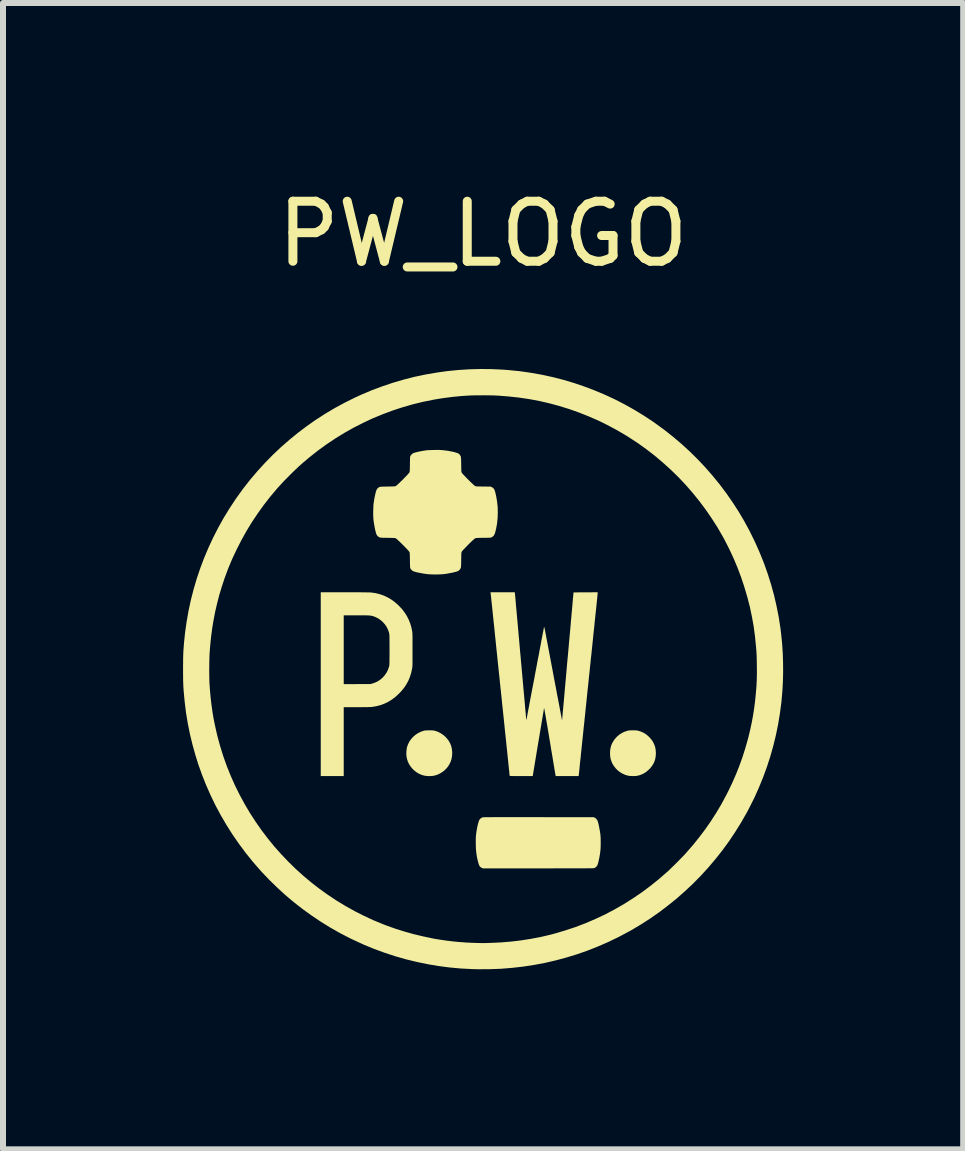
<source format=kicad_pcb>
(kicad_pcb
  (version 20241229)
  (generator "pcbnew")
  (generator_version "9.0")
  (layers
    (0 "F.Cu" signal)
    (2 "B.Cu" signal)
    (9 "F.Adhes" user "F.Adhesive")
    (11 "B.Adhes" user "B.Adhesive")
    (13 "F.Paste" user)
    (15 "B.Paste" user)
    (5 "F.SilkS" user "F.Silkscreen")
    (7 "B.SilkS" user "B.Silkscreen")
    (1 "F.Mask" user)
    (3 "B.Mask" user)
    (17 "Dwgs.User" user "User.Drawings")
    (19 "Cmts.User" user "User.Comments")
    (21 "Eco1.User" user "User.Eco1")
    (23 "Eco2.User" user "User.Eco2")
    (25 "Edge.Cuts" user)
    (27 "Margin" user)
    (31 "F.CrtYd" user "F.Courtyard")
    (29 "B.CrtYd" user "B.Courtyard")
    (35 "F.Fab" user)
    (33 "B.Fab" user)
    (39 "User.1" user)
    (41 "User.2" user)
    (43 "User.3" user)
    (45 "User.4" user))
  (footprint "PW_LOGO"
    (layer "F.Cu")
    (at 4.997 8.098)
    (property "Reference" "PW_LOGO" (at 0 -7.25 0) (unlocked yes) (layer "F.SilkS") (effects (font (size 1 1) (thickness 0.15))))
    (attr board_only exclude_from_pos_files exclude_from_bom)
    (fp_poly (pts (xy -0.869 1.02) (xy -0.85 1.021) (xy -0.836 1.022) (xy -0.824 1.023) (xy -0.813 1.025) (xy -0.801 1.028) (xy -0.799 1.028) (xy -0.75 1.045) (xy -0.704 1.069) (xy -0.661 1.098) (xy -0.622 1.132) (xy -0.588 1.172) (xy -0.574 1.19) (xy -0.55 1.231) (xy -0.532 1.274) (xy -0.52 1.319) (xy -0.514 1.367) (xy -0.512 1.402) (xy -0.516 1.454) (xy -0.526 1.504) (xy -0.542 1.551) (xy -0.565 1.596) (xy -0.593 1.637) (xy -0.628 1.675) (xy -0.655 1.699) (xy -0.697 1.728) (xy -0.739 1.751) (xy -0.784 1.768) (xy -0.831 1.779) (xy -0.881 1.783) (xy -0.929 1.782) (xy -0.978 1.775) (xy -1.026 1.761) (xy -1.071 1.741) (xy -1.113 1.715) (xy -1.153 1.682) (xy -1.166 1.67) (xy -1.2 1.631) (xy -1.228 1.59) (xy -1.25 1.546) (xy -1.265 1.5) (xy -1.273 1.461) (xy -1.276 1.436) (xy -1.277 1.407) (xy -1.276 1.376) (xy -1.273 1.346) (xy -1.269 1.318) (xy -1.265 1.298) (xy -1.248 1.251) (xy -1.226 1.207) (xy -1.198 1.167) (xy -1.165 1.13) (xy -1.127 1.097) (xy -1.086 1.069) (xy -1.041 1.046) (xy -0.994 1.029) (xy -0.984 1.027) (xy -0.972 1.024) (xy -0.959 1.022) (xy -0.945 1.021) (xy -0.926 1.021) (xy -0.903 1.02) (xy -0.893 1.02)) (stroke (width 0) (type solid)) (fill yes) (layer "F.SilkS"))
    (fp_poly (pts (xy 2.521 1.02) (xy 2.54 1.021) (xy 2.555 1.022) (xy 2.567 1.023) (xy 2.578 1.025) (xy 2.59 1.028) (xy 2.593 1.029) (xy 2.639 1.044) (xy 2.681 1.064) (xy 2.721 1.09) (xy 2.759 1.122) (xy 2.764 1.127) (xy 2.8 1.166) (xy 2.829 1.206) (xy 2.851 1.25) (xy 2.868 1.295) (xy 2.877 1.344) (xy 2.881 1.396) (xy 2.881 1.401) (xy 2.878 1.453) (xy 2.869 1.501) (xy 2.854 1.547) (xy 2.832 1.59) (xy 2.804 1.63) (xy 2.777 1.662) (xy 2.737 1.698) (xy 2.696 1.729) (xy 2.652 1.752) (xy 2.607 1.769) (xy 2.564 1.779) (xy 2.543 1.781) (xy 2.518 1.782) (xy 2.491 1.782) (xy 2.463 1.781) (xy 2.438 1.779) (xy 2.418 1.776) (xy 2.417 1.776) (xy 2.37 1.762) (xy 2.325 1.742) (xy 2.282 1.717) (xy 2.243 1.686) (xy 2.208 1.65) (xy 2.178 1.61) (xy 2.159 1.58) (xy 2.141 1.54) (xy 2.128 1.5) (xy 2.12 1.458) (xy 2.117 1.412) (xy 2.117 1.402) (xy 2.119 1.352) (xy 2.127 1.306) (xy 2.14 1.263) (xy 2.159 1.223) (xy 2.184 1.183) (xy 2.199 1.163) (xy 2.234 1.124) (xy 2.273 1.091) (xy 2.317 1.063) (xy 2.363 1.042) (xy 2.399 1.03) (xy 2.412 1.026) (xy 2.423 1.024) (xy 2.434 1.022) (xy 2.446 1.021) (xy 2.462 1.021) (xy 2.482 1.02) (xy 2.497 1.02)) (stroke (width 0) (type solid)) (fill yes) (layer "F.SilkS"))
    (fp_poly (pts (xy 0.667 2.467) (xy 0.762 2.467) (xy 0.863 2.467) (xy 0.928 2.467) (xy 1.847 2.468) (xy 1.862 2.476) (xy 1.879 2.487) (xy 1.894 2.503) (xy 1.905 2.519) (xy 1.906 2.521) (xy 1.912 2.534) (xy 1.917 2.554) (xy 1.924 2.578) (xy 1.93 2.605) (xy 1.936 2.636) (xy 1.942 2.668) (xy 1.948 2.7) (xy 1.953 2.732) (xy 1.957 2.762) (xy 1.957 2.766) (xy 1.959 2.79) (xy 1.961 2.819) (xy 1.961 2.852) (xy 1.962 2.887) (xy 1.961 2.923) (xy 1.961 2.958) (xy 1.959 2.991) (xy 1.957 3.019) (xy 1.955 3.035) (xy 1.951 3.07) (xy 1.945 3.105) (xy 1.939 3.14) (xy 1.932 3.172) (xy 1.926 3.202) (xy 1.919 3.229) (xy 1.912 3.251) (xy 1.906 3.267) (xy 1.903 3.274) (xy 1.887 3.294) (xy 1.867 3.309) (xy 1.857 3.314) (xy 1.856 3.315) (xy 1.854 3.315) (xy 1.851 3.316) (xy 1.847 3.316) (xy 1.842 3.317) (xy 1.836 3.317) (xy 1.828 3.318) (xy 1.818 3.318) (xy 1.805 3.318) (xy 1.791 3.319) (xy 1.773 3.319) (xy 1.753 3.319) (xy 1.729 3.319) (xy 1.702 3.32) (xy 1.671 3.32) (xy 1.637 3.32) (xy 1.598 3.32) (xy 1.554 3.32) (xy 1.506 3.32) (xy 1.453 3.32) (xy 1.394 3.32) (xy 1.331 3.32) (xy 1.261 3.32) (xy 1.186 3.32) (xy 1.104 3.321) (xy 1.016 3.321) (xy 0.921 3.321) (xy -0.002 3.321) (xy -0.019 3.312) (xy -0.034 3.304) (xy -0.046 3.295) (xy -0.056 3.283) (xy -0.064 3.267) (xy -0.072 3.247) (xy -0.079 3.222) (xy -0.083 3.207) (xy -0.096 3.154) (xy -0.105 3.104) (xy -0.112 3.054) (xy -0.117 3.003) (xy -0.119 2.948) (xy -0.12 2.89) (xy -0.12 2.857) (xy -0.12 2.83) (xy -0.119 2.807) (xy -0.118 2.787) (xy -0.116 2.768) (xy -0.114 2.749) (xy -0.112 2.736) (xy -0.107 2.697) (xy -0.1 2.659) (xy -0.093 2.623) (xy -0.086 2.59) (xy -0.078 2.562) (xy -0.071 2.538) (xy -0.064 2.52) (xy -0.059 2.51) (xy -0.047 2.495) (xy -0.03 2.482) (xy -0.011 2.472) (xy -0.003 2.469) (xy 0.002 2.469) (xy 0.014 2.469) (xy 0.032 2.468) (xy 0.058 2.468) (xy 0.09 2.468) (xy 0.129 2.468) (xy 0.174 2.467) (xy 0.226 2.467) (xy 0.284 2.467) (xy 0.348 2.467) (xy 0.419 2.467) (xy 0.496 2.467) (xy 0.578 2.467)) (stroke (width 0) (type solid)) (fill yes) (layer "F.SilkS"))
    (fp_poly (pts (xy -2.233 -1.28) (xy -2.169 -1.28) (xy -2.111 -1.28) (xy -2.058 -1.28) (xy -2.011 -1.279) (xy -1.971 -1.279) (xy -1.936 -1.278) (xy -1.908 -1.278) (xy -1.886 -1.277) (xy -1.871 -1.277) (xy -1.864 -1.276) (xy -1.792 -1.266) (xy -1.722 -1.249) (xy -1.655 -1.226) (xy -1.591 -1.196) (xy -1.529 -1.16) (xy -1.47 -1.117) (xy -1.414 -1.068) (xy -1.399 -1.053) (xy -1.348 -0.999) (xy -1.304 -0.941) (xy -1.266 -0.881) (xy -1.235 -0.818) (xy -1.209 -0.752) (xy -1.19 -0.683) (xy -1.182 -0.644) (xy -1.18 -0.635) (xy -1.179 -0.627) (xy -1.178 -0.62) (xy -1.177 -0.611) (xy -1.176 -0.602) (xy -1.176 -0.591) (xy -1.175 -0.579) (xy -1.175 -0.563) (xy -1.174 -0.545) (xy -1.174 -0.522) (xy -1.174 -0.496) (xy -1.174 -0.465) (xy -1.174 -0.429) (xy -1.174 -0.387) (xy -1.174 -0.338) (xy -1.174 -0.323) (xy -1.174 -0.272) (xy -1.174 -0.228) (xy -1.174 -0.19) (xy -1.174 -0.158) (xy -1.174 -0.13) (xy -1.174 -0.107) (xy -1.175 -0.087) (xy -1.175 -0.071) (xy -1.175 -0.057) (xy -1.176 -0.046) (xy -1.177 -0.036) (xy -1.178 -0.028) (xy -1.179 -0.02) (xy -1.18 -0.013) (xy -1.181 -0.004) (xy -1.182 -0.002) (xy -1.197 0.067) (xy -1.218 0.133) (xy -1.244 0.195) (xy -1.276 0.254) (xy -1.314 0.311) (xy -1.359 0.366) (xy -1.404 0.413) (xy -1.46 0.464) (xy -1.518 0.508) (xy -1.578 0.545) (xy -1.642 0.576) (xy -1.707 0.6) (xy -1.775 0.618) (xy -1.846 0.63) (xy -1.861 0.631) (xy -1.872 0.632) (xy -1.889 0.633) (xy -1.911 0.633) (xy -1.939 0.634) (xy -1.97 0.634) (xy -2.005 0.634) (xy -2.042 0.635) (xy -2.081 0.635) (xy -2.109 0.635) (xy -2.32 0.635) (xy -2.32 1.782) (xy -2.703 1.782) (xy -2.703 -0.896) (xy -2.32 -0.896) (xy -2.32 0.251) (xy -2.097 0.25) (xy -1.875 0.249) (xy -1.841 0.24) (xy -1.793 0.223) (xy -1.748 0.201) (xy -1.707 0.173) (xy -1.669 0.139) (xy -1.636 0.102) (xy -1.607 0.06) (xy -1.584 0.015) (xy -1.568 -0.032) (xy -1.565 -0.041) (xy -1.564 -0.047) (xy -1.562 -0.052) (xy -1.561 -0.058) (xy -1.56 -0.065) (xy -1.56 -0.073) (xy -1.559 -0.083) (xy -1.559 -0.096) (xy -1.558 -0.111) (xy -1.558 -0.13) (xy -1.558 -0.153) (xy -1.558 -0.18) (xy -1.557 -0.213) (xy -1.557 -0.251) (xy -1.557 -0.295) (xy -1.557 -0.323) (xy -1.557 -0.371) (xy -1.557 -0.412) (xy -1.557 -0.448) (xy -1.558 -0.478) (xy -1.558 -0.503) (xy -1.558 -0.524) (xy -1.558 -0.541) (xy -1.559 -0.555) (xy -1.559 -0.567) (xy -1.56 -0.576) (xy -1.561 -0.583) (xy -1.562 -0.59) (xy -1.563 -0.595) (xy -1.564 -0.601) (xy -1.565 -0.605) (xy -1.581 -0.653) (xy -1.603 -0.698) (xy -1.63 -0.74) (xy -1.663 -0.778) (xy -1.7 -0.812) (xy -1.741 -0.841) (xy -1.786 -0.865) (xy -1.819 -0.878) (xy -1.83 -0.881) (xy -1.84 -0.885) (xy -1.851 -0.887) (xy -1.863 -0.889) (xy -1.876 -0.891) (xy -1.891 -0.893) (xy -1.909 -0.894) (xy -1.93 -0.895) (xy -1.954 -0.896) (xy -1.984 -0.896) (xy -2.018 -0.896) (xy -2.057 -0.896) (xy -2.103 -0.896) (xy -2.113 -0.896) (xy -2.32 -0.896) (xy -2.703 -0.896) (xy -2.703 -1.28) (xy -2.303 -1.28)) (stroke (width 0) (type solid)) (fill yes) (layer "F.SilkS"))
    (fp_poly (pts (xy -0.745 -3.651) (xy -0.716 -3.651) (xy -0.691 -3.649) (xy -0.683 -3.649) (xy -0.649 -3.645) (xy -0.614 -3.641) (xy -0.579 -3.636) (xy -0.544 -3.629) (xy -0.511 -3.623) (xy -0.481 -3.616) (xy -0.454 -3.608) (xy -0.432 -3.601) (xy -0.415 -3.595) (xy -0.408 -3.591) (xy -0.39 -3.576) (xy -0.376 -3.555) (xy -0.371 -3.545) (xy -0.369 -3.541) (xy -0.368 -3.535) (xy -0.367 -3.528) (xy -0.366 -3.517) (xy -0.365 -3.503) (xy -0.364 -3.485) (xy -0.364 -3.462) (xy -0.363 -3.433) (xy -0.363 -3.41) (xy -0.362 -3.377) (xy -0.362 -3.351) (xy -0.361 -3.33) (xy -0.361 -3.314) (xy -0.36 -3.301) (xy -0.359 -3.292) (xy -0.358 -3.285) (xy -0.357 -3.28) (xy -0.355 -3.275) (xy -0.353 -3.272) (xy -0.349 -3.265) (xy -0.34 -3.255) (xy -0.327 -3.24) (xy -0.311 -3.224) (xy -0.293 -3.205) (xy -0.273 -3.184) (xy -0.252 -3.163) (xy -0.231 -3.142) (xy -0.211 -3.122) (xy -0.191 -3.103) (xy -0.173 -3.086) (xy -0.157 -3.071) (xy -0.144 -3.06) (xy -0.135 -3.053) (xy -0.133 -3.052) (xy -0.128 -3.049) (xy -0.124 -3.048) (xy -0.119 -3.046) (xy -0.112 -3.045) (xy -0.103 -3.044) (xy -0.091 -3.044) (xy -0.075 -3.043) (xy -0.055 -3.043) (xy -0.029 -3.042) (xy 0.003 -3.042) (xy 0.007 -3.042) (xy 0.131 -3.04) (xy 0.149 -3.03) (xy 0.161 -3.023) (xy 0.171 -3.015) (xy 0.18 -3.005) (xy 0.188 -2.993) (xy 0.195 -2.977) (xy 0.202 -2.957) (xy 0.208 -2.932) (xy 0.215 -2.902) (xy 0.22 -2.881) (xy 0.235 -2.791) (xy 0.245 -2.7) (xy 0.247 -2.609) (xy 0.244 -2.518) (xy 0.235 -2.427) (xy 0.219 -2.339) (xy 0.203 -2.275) (xy 0.194 -2.25) (xy 0.184 -2.23) (xy 0.171 -2.215) (xy 0.154 -2.202) (xy 0.143 -2.195) (xy 0.139 -2.194) (xy 0.135 -2.192) (xy 0.128 -2.191) (xy 0.12 -2.19) (xy 0.108 -2.189) (xy 0.093 -2.189) (xy 0.073 -2.188) (xy 0.047 -2.188) (xy 0.016 -2.187) (xy 0.007 -2.187) (xy -0.026 -2.187) (xy -0.052 -2.186) (xy -0.073 -2.186) (xy -0.09 -2.185) (xy -0.102 -2.184) (xy -0.111 -2.184) (xy -0.118 -2.183) (xy -0.124 -2.181) (xy -0.128 -2.179) (xy -0.132 -2.177) (xy -0.133 -2.177) (xy -0.14 -2.172) (xy -0.151 -2.163) (xy -0.165 -2.15) (xy -0.182 -2.135) (xy -0.201 -2.117) (xy -0.221 -2.097) (xy -0.242 -2.076) (xy -0.263 -2.055) (xy -0.283 -2.034) (xy -0.302 -2.014) (xy -0.32 -1.996) (xy -0.334 -1.981) (xy -0.345 -1.968) (xy -0.352 -1.959) (xy -0.355 -1.955) (xy -0.356 -1.951) (xy -0.358 -1.945) (xy -0.359 -1.938) (xy -0.36 -1.928) (xy -0.361 -1.915) (xy -0.361 -1.897) (xy -0.362 -1.875) (xy -0.362 -1.847) (xy -0.363 -1.819) (xy -0.363 -1.786) (xy -0.364 -1.76) (xy -0.364 -1.739) (xy -0.365 -1.723) (xy -0.366 -1.71) (xy -0.367 -1.701) (xy -0.368 -1.694) (xy -0.369 -1.688) (xy -0.371 -1.684) (xy -0.372 -1.681) (xy -0.385 -1.659) (xy -0.402 -1.642) (xy -0.415 -1.634) (xy -0.43 -1.628) (xy -0.45 -1.622) (xy -0.474 -1.615) (xy -0.503 -1.608) (xy -0.534 -1.602) (xy -0.567 -1.596) (xy -0.6 -1.59) (xy -0.632 -1.585) (xy -0.663 -1.582) (xy -0.677 -1.58) (xy -0.699 -1.579) (xy -0.726 -1.578) (xy -0.757 -1.577) (xy -0.79 -1.577) (xy -0.823 -1.577) (xy -0.855 -1.578) (xy -0.885 -1.579) (xy -0.91 -1.581) (xy -0.924 -1.582) (xy -0.954 -1.586) (xy -0.985 -1.59) (xy -1.017 -1.596) (xy -1.049 -1.602) (xy -1.079 -1.608) (xy -1.107 -1.614) (xy -1.131 -1.621) (xy -1.15 -1.626) (xy -1.164 -1.632) (xy -1.165 -1.633) (xy -1.184 -1.645) (xy -1.2 -1.663) (xy -1.208 -1.676) (xy -1.21 -1.68) (xy -1.212 -1.684) (xy -1.213 -1.689) (xy -1.214 -1.696) (xy -1.215 -1.706) (xy -1.215 -1.718) (xy -1.216 -1.735) (xy -1.216 -1.756) (xy -1.217 -1.783) (xy -1.217 -1.814) (xy -1.218 -1.847) (xy -1.218 -1.873) (xy -1.219 -1.894) (xy -1.219 -1.911) (xy -1.22 -1.923) (xy -1.221 -1.933) (xy -1.222 -1.94) (xy -1.223 -1.945) (xy -1.225 -1.949) (xy -1.227 -1.953) (xy -1.231 -1.96) (xy -1.24 -1.971) (xy -1.253 -1.985) (xy -1.269 -2.002) (xy -1.287 -2.021) (xy -1.307 -2.041) (xy -1.328 -2.063) (xy -1.349 -2.084) (xy -1.37 -2.104) (xy -1.39 -2.124) (xy -1.409 -2.141) (xy -1.425 -2.156) (xy -1.438 -2.168) (xy -1.448 -2.176) (xy -1.452 -2.178) (xy -1.456 -2.18) (xy -1.461 -2.182) (xy -1.468 -2.183) (xy -1.476 -2.184) (xy -1.487 -2.185) (xy -1.502 -2.185) (xy -1.521 -2.186) (xy -1.545 -2.186) (xy -1.576 -2.187) (xy -1.589 -2.187) (xy -1.621 -2.187) (xy -1.648 -2.188) (xy -1.668 -2.188) (xy -1.685 -2.189) (xy -1.697 -2.19) (xy -1.706 -2.19) (xy -1.713 -2.192) (xy -1.718 -2.193) (xy -1.723 -2.195) (xy -1.728 -2.197) (xy -1.75 -2.211) (xy -1.767 -2.23) (xy -1.772 -2.24) (xy -1.778 -2.253) (xy -1.784 -2.273) (xy -1.79 -2.297) (xy -1.797 -2.324) (xy -1.803 -2.355) (xy -1.809 -2.387) (xy -1.815 -2.421) (xy -1.82 -2.453) (xy -1.824 -2.485) (xy -1.825 -2.494) (xy -1.827 -2.518) (xy -1.828 -2.548) (xy -1.829 -2.581) (xy -1.829 -2.616) (xy -1.828 -2.652) (xy -1.827 -2.686) (xy -1.826 -2.717) (xy -1.824 -2.744) (xy -1.823 -2.754) (xy -1.818 -2.788) (xy -1.813 -2.822) (xy -1.807 -2.856) (xy -1.8 -2.889) (xy -1.793 -2.919) (xy -1.787 -2.946) (xy -1.78 -2.968) (xy -1.774 -2.984) (xy -1.772 -2.989) (xy -1.759 -3.009) (xy -1.74 -3.025) (xy -1.727 -3.033) (xy -1.722 -3.035) (xy -1.717 -3.036) (xy -1.711 -3.037) (xy -1.703 -3.038) (xy -1.692 -3.039) (xy -1.678 -3.04) (xy -1.66 -3.04) (xy -1.636 -3.041) (xy -1.607 -3.041) (xy -1.589 -3.042) (xy -1.556 -3.042) (xy -1.53 -3.043) (xy -1.509 -3.043) (xy -1.493 -3.044) (xy -1.481 -3.044) (xy -1.471 -3.045) (xy -1.464 -3.046) (xy -1.459 -3.048) (xy -1.455 -3.049) (xy -1.451 -3.051) (xy -1.444 -3.056) (xy -1.433 -3.065) (xy -1.419 -3.078) (xy -1.402 -3.093) (xy -1.383 -3.112) (xy -1.363 -3.131) (xy -1.341 -3.152) (xy -1.32 -3.174) (xy -1.3 -3.195) (xy -1.28 -3.215) (xy -1.263 -3.233) (xy -1.248 -3.249) (xy -1.237 -3.262) (xy -1.23 -3.271) (xy -1.228 -3.274) (xy -1.225 -3.279) (xy -1.224 -3.283) (xy -1.222 -3.288) (xy -1.221 -3.294) (xy -1.22 -3.303) (xy -1.219 -3.314) (xy -1.219 -3.329) (xy -1.218 -3.348) (xy -1.218 -3.373) (xy -1.217 -3.404) (xy -1.217 -3.415) (xy -1.217 -3.447) (xy -1.216 -3.474) (xy -1.216 -3.495) (xy -1.215 -3.511) (xy -1.215 -3.524) (xy -1.214 -3.533) (xy -1.213 -3.54) (xy -1.211 -3.545) (xy -1.21 -3.549) (xy -1.208 -3.553) (xy -1.194 -3.572) (xy -1.177 -3.588) (xy -1.165 -3.596) (xy -1.153 -3.601) (xy -1.134 -3.607) (xy -1.111 -3.613) (xy -1.084 -3.62) (xy -1.054 -3.626) (xy -1.023 -3.632) (xy -0.991 -3.638) (xy -0.959 -3.643) (xy -0.954 -3.644) (xy -0.934 -3.646) (xy -0.908 -3.648) (xy -0.878 -3.649) (xy -0.845 -3.65) (xy -0.811 -3.651) (xy -0.777 -3.651)) (stroke (width 0) (type solid)) (fill yes) (layer "F.SilkS"))
    (fp_poly (pts (xy 1.911 -1.271) (xy 1.911 -1.266) (xy 1.91 -1.254) (xy 1.908 -1.237) (xy 1.906 -1.213) (xy 1.903 -1.182) (xy 1.899 -1.146) (xy 1.895 -1.102) (xy 1.89 -1.052) (xy 1.884 -0.996) (xy 1.877 -0.933) (xy 1.87 -0.863) (xy 1.864 -0.809) (xy 1.861 -0.78) (xy 1.858 -0.746) (xy 1.854 -0.706) (xy 1.849 -0.662) (xy 1.844 -0.616) (xy 1.839 -0.567) (xy 1.834 -0.518) (xy 1.829 -0.468) (xy 1.824 -0.419) (xy 1.821 -0.391) (xy 1.816 -0.343) (xy 1.811 -0.294) (xy 1.806 -0.244) (xy 1.8 -0.195) (xy 1.795 -0.147) (xy 1.791 -0.101) (xy 1.786 -0.059) (xy 1.782 -0.021) (xy 1.779 0.011) (xy 1.777 0.028) (xy 1.774 0.06) (xy 1.77 0.094) (xy 1.766 0.131) (xy 1.762 0.171) (xy 1.758 0.214) (xy 1.753 0.262) (xy 1.747 0.314) (xy 1.741 0.37) (xy 1.735 0.431) (xy 1.728 0.498) (xy 1.721 0.57) (xy 1.712 0.649) (xy 1.704 0.733) (xy 1.699 0.781) (xy 1.694 0.822) (xy 1.69 0.867) (xy 1.685 0.916) (xy 1.679 0.967) (xy 1.674 1.017) (xy 1.669 1.066) (xy 1.664 1.112) (xy 1.662 1.134) (xy 1.658 1.173) (xy 1.653 1.218) (xy 1.648 1.267) (xy 1.643 1.319) (xy 1.637 1.372) (xy 1.632 1.424) (xy 1.627 1.474) (xy 1.622 1.521) (xy 1.62 1.535) (xy 1.616 1.573) (xy 1.612 1.61) (xy 1.609 1.645) (xy 1.606 1.677) (xy 1.603 1.705) (xy 1.6 1.728) (xy 1.598 1.747) (xy 1.597 1.76) (xy 1.596 1.767) (xy 1.596 1.768) (xy 1.594 1.782) (xy 1.211 1.782) (xy 1.208 1.762) (xy 1.207 1.757) (xy 1.204 1.745) (xy 1.201 1.726) (xy 1.197 1.702) (xy 1.192 1.673) (xy 1.187 1.639) (xy 1.18 1.6) (xy 1.173 1.557) (xy 1.165 1.51) (xy 1.157 1.459) (xy 1.148 1.406) (xy 1.138 1.35) (xy 1.129 1.291) (xy 1.119 1.231) (xy 1.112 1.192) (xy 1.1 1.116) (xy 1.088 1.045) (xy 1.077 0.98) (xy 1.067 0.92) (xy 1.057 0.865) (xy 1.049 0.817) (xy 1.042 0.774) (xy 1.035 0.737) (xy 1.03 0.707) (xy 1.025 0.683) (xy 1.022 0.665) (xy 1.02 0.654) (xy 1.018 0.649) (xy 1.018 0.649) (xy 1.017 0.653) (xy 1.015 0.664) (xy 1.012 0.681) (xy 1.009 0.704) (xy 1.004 0.732) (xy 0.998 0.765) (xy 0.992 0.803) (xy 0.985 0.845) (xy 0.977 0.892) (xy 0.969 0.941) (xy 0.96 0.994) (xy 0.951 1.05) (xy 0.941 1.108) (xy 0.931 1.169) (xy 0.922 1.22) (xy 0.829 1.782) (xy 0.638 1.782) (xy 0.594 1.782) (xy 0.558 1.782) (xy 0.527 1.782) (xy 0.502 1.782) (xy 0.482 1.781) (xy 0.467 1.781) (xy 0.456 1.78) (xy 0.449 1.78) (xy 0.446 1.779) (xy 0.445 1.778) (xy 0.444 1.773) (xy 0.443 1.762) (xy 0.441 1.749) (xy 0.441 1.749) (xy 0.44 1.738) (xy 0.439 1.721) (xy 0.437 1.7) (xy 0.434 1.678) (xy 0.432 1.66) (xy 0.431 1.65) (xy 0.43 1.633) (xy 0.427 1.611) (xy 0.424 1.582) (xy 0.421 1.548) (xy 0.417 1.509) (xy 0.412 1.465) (xy 0.407 1.417) (xy 0.402 1.365) (xy 0.396 1.31) (xy 0.39 1.252) (xy 0.384 1.19) (xy 0.377 1.127) (xy 0.37 1.062) (xy 0.363 0.995) (xy 0.358 0.942) (xy 0.351 0.874) (xy 0.344 0.808) (xy 0.337 0.743) (xy 0.331 0.681) (xy 0.324 0.621) (xy 0.318 0.565) (xy 0.313 0.511) (xy 0.308 0.461) (xy 0.303 0.415) (xy 0.299 0.374) (xy 0.295 0.337) (xy 0.291 0.306) (xy 0.289 0.279) (xy 0.287 0.259) (xy 0.285 0.245) (xy 0.284 0.239) (xy 0.283 0.231) (xy 0.282 0.216) (xy 0.28 0.195) (xy 0.277 0.168) (xy 0.274 0.135) (xy 0.27 0.098) (xy 0.265 0.055) (xy 0.26 0.008) (xy 0.255 -0.043) (xy 0.249 -0.098) (xy 0.243 -0.156) (xy 0.237 -0.218) (xy 0.23 -0.282) (xy 0.223 -0.348) (xy 0.216 -0.417) (xy 0.209 -0.487) (xy 0.204 -0.532) (xy 0.197 -0.602) (xy 0.19 -0.671) (xy 0.183 -0.738) (xy 0.176 -0.802) (xy 0.17 -0.863) (xy 0.164 -0.922) (xy 0.158 -0.977) (xy 0.153 -1.028) (xy 0.148 -1.075) (xy 0.143 -1.118) (xy 0.139 -1.156) (xy 0.136 -1.189) (xy 0.133 -1.217) (xy 0.13 -1.239) (xy 0.129 -1.255) (xy 0.128 -1.264) (xy 0.127 -1.267) (xy 0.125 -1.28) (xy 0.53 -1.28) (xy 0.532 -1.265) (xy 0.532 -1.259) (xy 0.534 -1.246) (xy 0.535 -1.228) (xy 0.538 -1.205) (xy 0.54 -1.179) (xy 0.543 -1.15) (xy 0.545 -1.12) (xy 0.546 -1.111) (xy 0.549 -1.073) (xy 0.553 -1.03) (xy 0.557 -0.985) (xy 0.561 -0.94) (xy 0.565 -0.896) (xy 0.569 -0.856) (xy 0.57 -0.837) (xy 0.573 -0.81) (xy 0.576 -0.777) (xy 0.579 -0.739) (xy 0.583 -0.697) (xy 0.587 -0.653) (xy 0.591 -0.606) (xy 0.595 -0.558) (xy 0.6 -0.51) (xy 0.604 -0.464) (xy 0.605 -0.448) (xy 0.613 -0.361) (xy 0.62 -0.278) (xy 0.628 -0.198) (xy 0.634 -0.121) (xy 0.641 -0.049) (xy 0.647 0.019) (xy 0.653 0.083) (xy 0.658 0.141) (xy 0.663 0.195) (xy 0.667 0.243) (xy 0.671 0.285) (xy 0.674 0.322) (xy 0.677 0.352) (xy 0.679 0.376) (xy 0.68 0.387) (xy 0.682 0.41) (xy 0.685 0.438) (xy 0.687 0.469) (xy 0.691 0.503) (xy 0.694 0.538) (xy 0.697 0.571) (xy 0.698 0.584) (xy 0.702 0.635) (xy 0.706 0.679) (xy 0.71 0.717) (xy 0.713 0.75) (xy 0.715 0.777) (xy 0.717 0.798) (xy 0.719 0.816) (xy 0.72 0.829) (xy 0.721 0.838) (xy 0.722 0.843) (xy 0.723 0.846) (xy 0.723 0.846) (xy 0.724 0.843) (xy 0.726 0.835) (xy 0.729 0.823) (xy 0.732 0.807) (xy 0.732 0.807) (xy 0.734 0.795) (xy 0.737 0.777) (xy 0.741 0.755) (xy 0.746 0.728) (xy 0.752 0.697) (xy 0.758 0.664) (xy 0.765 0.629) (xy 0.772 0.594) (xy 0.772 0.589) (xy 0.782 0.537) (xy 0.793 0.479) (xy 0.805 0.416) (xy 0.818 0.347) (xy 0.832 0.274) (xy 0.847 0.198) (xy 0.862 0.118) (xy 0.877 0.037) (xy 0.893 -0.046) (xy 0.905 -0.113) (xy 0.911 -0.144) (xy 0.917 -0.176) (xy 0.924 -0.209) (xy 0.93 -0.24) (xy 0.935 -0.268) (xy 0.938 -0.286) (xy 0.942 -0.304) (xy 0.946 -0.329) (xy 0.952 -0.358) (xy 0.958 -0.39) (xy 0.965 -0.425) (xy 0.971 -0.462) (xy 0.978 -0.499) (xy 0.984 -0.527) (xy 0.99 -0.56) (xy 0.996 -0.592) (xy 1.002 -0.621) (xy 1.007 -0.647) (xy 1.011 -0.669) (xy 1.014 -0.686) (xy 1.017 -0.698) (xy 1.018 -0.704) (xy 1.018 -0.704) (xy 1.019 -0.704) (xy 1.021 -0.698) (xy 1.024 -0.686) (xy 1.029 -0.668) (xy 1.034 -0.643) (xy 1.04 -0.612) (xy 1.04 -0.608) (xy 1.048 -0.569) (xy 1.056 -0.524) (xy 1.066 -0.473) (xy 1.077 -0.417) (xy 1.088 -0.356) (xy 1.101 -0.29) (xy 1.114 -0.22) (xy 1.128 -0.147) (xy 1.142 -0.072) (xy 1.157 0.007) (xy 1.172 0.087) (xy 1.187 0.169) (xy 1.203 0.251) (xy 1.219 0.334) (xy 1.231 0.401) (xy 1.241 0.453) (xy 1.251 0.503) (xy 1.26 0.551) (xy 1.269 0.597) (xy 1.277 0.64) (xy 1.284 0.68) (xy 1.291 0.716) (xy 1.297 0.747) (xy 1.302 0.774) (xy 1.306 0.795) (xy 1.309 0.811) (xy 1.311 0.82) (xy 1.311 0.821) (xy 1.317 0.853) (xy 1.32 0.83) (xy 1.32 0.823) (xy 1.322 0.81) (xy 1.323 0.791) (xy 1.326 0.766) (xy 1.328 0.737) (xy 1.331 0.704) (xy 1.335 0.668) (xy 1.338 0.628) (xy 1.342 0.587) (xy 1.346 0.543) (xy 1.347 0.534) (xy 1.355 0.442) (xy 1.363 0.35) (xy 1.371 0.259) (xy 1.379 0.17) (xy 1.387 0.083) (xy 1.394 -0.001) (xy 1.401 -0.081) (xy 1.408 -0.158) (xy 1.415 -0.229) (xy 1.421 -0.295) (xy 1.426 -0.355) (xy 1.427 -0.361) (xy 1.43 -0.397) (xy 1.433 -0.434) (xy 1.436 -0.47) (xy 1.44 -0.505) (xy 1.442 -0.537) (xy 1.445 -0.565) (xy 1.447 -0.588) (xy 1.448 -0.595) (xy 1.45 -0.62) (xy 1.453 -0.651) (xy 1.456 -0.684) (xy 1.459 -0.719) (xy 1.462 -0.751) (xy 1.463 -0.769) (xy 1.466 -0.801) (xy 1.469 -0.838) (xy 1.473 -0.876) (xy 1.476 -0.915) (xy 1.479 -0.95) (xy 1.481 -0.968) (xy 1.484 -1.001) (xy 1.487 -1.038) (xy 1.491 -1.077) (xy 1.494 -1.116) (xy 1.497 -1.153) (xy 1.499 -1.174) (xy 1.509 -1.278) (xy 1.71 -1.279) (xy 1.911 -1.28)) (stroke (width 0) (type solid)) (fill yes) (layer "F.SilkS"))
    (fp_poly (pts (xy 0.148 -4.998) (xy 0.337 -4.989) (xy 0.426 -4.982) (xy 0.609 -4.964) (xy 0.791 -4.938) (xy 0.972 -4.906) (xy 1.152 -4.867) (xy 1.33 -4.822) (xy 1.506 -4.77) (xy 1.681 -4.711) (xy 1.853 -4.646) (xy 2.023 -4.575) (xy 2.19 -4.498) (xy 2.354 -4.414) (xy 2.515 -4.324) (xy 2.673 -4.228) (xy 2.827 -4.127) (xy 2.872 -4.095) (xy 3.023 -3.985) (xy 3.169 -3.869) (xy 3.311 -3.749) (xy 3.447 -3.624) (xy 3.579 -3.494) (xy 3.706 -3.359) (xy 3.827 -3.22) (xy 3.944 -3.077) (xy 4.055 -2.929) (xy 4.16 -2.778) (xy 4.26 -2.623) (xy 4.354 -2.464) (xy 4.442 -2.301) (xy 4.524 -2.135) (xy 4.6 -1.966) (xy 4.67 -1.794) (xy 4.686 -1.753) (xy 4.747 -1.58) (xy 4.802 -1.404) (xy 4.851 -1.226) (xy 4.892 -1.046) (xy 4.928 -0.864) (xy 4.956 -0.682) (xy 4.97 -0.567) (xy 4.985 -0.415) (xy 4.995 -0.259) (xy 5 -0.102) (xy 5.001 0.056) (xy 4.997 0.212) (xy 4.989 0.358) (xy 4.973 0.544) (xy 4.949 0.729) (xy 4.919 0.913) (xy 4.882 1.095) (xy 4.838 1.275) (xy 4.788 1.453) (xy 4.731 1.629) (xy 4.667 1.804) (xy 4.597 1.975) (xy 4.521 2.145) (xy 4.437 2.312) (xy 4.391 2.399) (xy 4.298 2.561) (xy 4.2 2.718) (xy 4.097 2.872) (xy 3.988 3.021) (xy 3.873 3.166) (xy 3.754 3.307) (xy 3.629 3.443) (xy 3.5 3.575) (xy 3.365 3.701) (xy 3.227 3.823) (xy 3.083 3.939) (xy 2.936 4.051) (xy 2.784 4.157) (xy 2.628 4.257) (xy 2.469 4.352) (xy 2.305 4.44) (xy 2.253 4.467) (xy 2.085 4.548) (xy 1.915 4.622) (xy 1.743 4.69) (xy 1.569 4.751) (xy 1.392 4.805) (xy 1.214 4.853) (xy 1.034 4.895) (xy 0.852 4.929) (xy 0.669 4.957) (xy 0.484 4.978) (xy 0.299 4.993) (xy 0.113 5) (xy -0.074 5.001) (xy -0.187 4.998) (xy -0.374 4.988) (xy -0.559 4.971) (xy -0.743 4.947) (xy -0.926 4.916) (xy -1.108 4.878) (xy -1.288 4.834) (xy -1.466 4.783) (xy -1.642 4.725) (xy -1.817 4.661) (xy -1.989 4.59) (xy -2.158 4.512) (xy -2.217 4.484) (xy -2.383 4.398) (xy -2.545 4.306) (xy -2.704 4.208) (xy -2.858 4.104) (xy -3.009 3.995) (xy -3.155 3.881) (xy -3.297 3.761) (xy -3.434 3.635) (xy -3.567 3.505) (xy -3.696 3.369) (xy -3.82 3.227) (xy -3.838 3.206) (xy -3.955 3.06) (xy -4.066 2.911) (xy -4.172 2.758) (xy -4.271 2.602) (xy -4.365 2.441) (xy -4.453 2.278) (xy -4.534 2.111) (xy -4.609 1.942) (xy -4.678 1.769) (xy -4.741 1.594) (xy -4.79 1.437) (xy -4.839 1.262) (xy -4.882 1.085) (xy -4.918 0.906) (xy -4.948 0.725) (xy -4.97 0.545) (xy -4.982 0.419) (xy -4.985 0.383) (xy -4.988 0.351) (xy -4.99 0.321) (xy -4.992 0.294) (xy -4.993 0.267) (xy -4.994 0.24) (xy -4.995 0.211) (xy -4.996 0.181) (xy -4.996 0.148) (xy -4.996 0.111) (xy -4.997 0.069) (xy -4.997 0.048) (xy -4.561 0.048) (xy -4.56 0.093) (xy -4.56 0.135) (xy -4.559 0.174) (xy -4.558 0.209) (xy -4.557 0.238) (xy -4.556 0.253) (xy -4.547 0.373) (xy -4.536 0.488) (xy -4.523 0.598) (xy -4.508 0.706) (xy -4.491 0.811) (xy -4.47 0.916) (xy -4.447 1.021) (xy -4.425 1.116) (xy -4.378 1.287) (xy -4.326 1.454) (xy -4.267 1.619) (xy -4.202 1.781) (xy -4.131 1.94) (xy -4.054 2.095) (xy -3.971 2.248) (xy -3.883 2.397) (xy -3.789 2.542) (xy -3.69 2.684) (xy -3.586 2.821) (xy -3.477 2.955) (xy -3.362 3.084) (xy -3.243 3.209) (xy -3.119 3.33) (xy -2.991 3.446) (xy -2.858 3.557) (xy -2.721 3.663) (xy -2.58 3.764) (xy -2.435 3.86) (xy -2.286 3.95) (xy -2.133 4.035) (xy -1.977 4.114) (xy -1.817 4.188) (xy -1.654 4.255) (xy -1.597 4.277) (xy -1.452 4.328) (xy -1.305 4.374) (xy -1.155 4.416) (xy -1 4.453) (xy -0.84 4.487) (xy -0.839 4.487) (xy -0.787 4.497) (xy -0.73 4.506) (xy -0.669 4.515) (xy -0.606 4.524) (xy -0.543 4.532) (xy -0.482 4.539) (xy -0.423 4.545) (xy -0.369 4.549) (xy -0.354 4.55) (xy -0.339 4.551) (xy -0.325 4.552) (xy -0.314 4.553) (xy -0.312 4.554) (xy -0.306 4.554) (xy -0.294 4.555) (xy -0.277 4.556) (xy -0.256 4.557) (xy -0.233 4.558) (xy -0.215 4.559) (xy -0.168 4.561) (xy -0.128 4.562) (xy -0.092 4.564) (xy -0.059 4.564) (xy -0.029 4.565) (xy 0.001 4.565) (xy 0.032 4.565) (xy 0.064 4.564) (xy 0.099 4.563) (xy 0.126 4.562) (xy 0.299 4.554) (xy 0.468 4.54) (xy 0.635 4.52) (xy 0.8 4.494) (xy 0.963 4.463) (xy 1.125 4.425) (xy 1.203 4.404) (xy 1.375 4.353) (xy 1.544 4.297) (xy 1.709 4.234) (xy 1.872 4.164) (xy 2.032 4.089) (xy 2.188 4.007) (xy 2.342 3.919) (xy 2.492 3.824) (xy 2.64 3.724) (xy 2.784 3.617) (xy 2.925 3.504) (xy 3.063 3.384) (xy 3.069 3.379) (xy 3.088 3.362) (xy 3.11 3.341) (xy 3.135 3.316) (xy 3.163 3.289) (xy 3.193 3.26) (xy 3.223 3.23) (xy 3.253 3.2) (xy 3.282 3.17) (xy 3.31 3.142) (xy 3.335 3.116) (xy 3.357 3.093) (xy 3.375 3.074) (xy 3.379 3.069) (xy 3.493 2.938) (xy 3.6 2.806) (xy 3.702 2.671) (xy 3.797 2.534) (xy 3.887 2.394) (xy 3.972 2.251) (xy 4.051 2.104) (xy 4.088 2.032) (xy 4.156 1.889) (xy 4.218 1.747) (xy 4.274 1.606) (xy 4.325 1.463) (xy 4.371 1.318) (xy 4.413 1.17) (xy 4.423 1.132) (xy 4.452 1.012) (xy 4.477 0.895) (xy 4.499 0.778) (xy 4.517 0.661) (xy 4.533 0.541) (xy 4.545 0.419) (xy 4.556 0.292) (xy 4.559 0.232) (xy 4.561 0.198) (xy 4.562 0.158) (xy 4.563 0.115) (xy 4.564 0.068) (xy 4.564 0.02) (xy 4.563 -0.03) (xy 4.563 -0.08) (xy 4.562 -0.128) (xy 4.561 -0.175) (xy 4.56 -0.219) (xy 4.558 -0.258) (xy 4.556 -0.293) (xy 4.554 -0.319) (xy 4.553 -0.329) (xy 4.551 -0.344) (xy 4.55 -0.363) (xy 4.549 -0.382) (xy 4.548 -0.384) (xy 4.532 -0.548) (xy 4.51 -0.713) (xy 4.48 -0.878) (xy 4.445 -1.044) (xy 4.402 -1.208) (xy 4.354 -1.371) (xy 4.3 -1.533) (xy 4.24 -1.692) (xy 4.174 -1.849) (xy 4.102 -2.003) (xy 4.025 -2.154) (xy 3.998 -2.203) (xy 3.909 -2.358) (xy 3.813 -2.508) (xy 3.712 -2.655) (xy 3.606 -2.797) (xy 3.494 -2.936) (xy 3.378 -3.069) (xy 3.256 -3.198) (xy 3.129 -3.322) (xy 2.997 -3.441) (xy 2.861 -3.556) (xy 2.72 -3.665) (xy 2.574 -3.769) (xy 2.424 -3.867) (xy 2.41 -3.876) (xy 2.359 -3.907) (xy 2.304 -3.939) (xy 2.246 -3.973) (xy 2.186 -4.006) (xy 2.126 -4.038) (xy 2.067 -4.069) (xy 2.01 -4.098) (xy 1.956 -4.124) (xy 1.915 -4.144) (xy 1.753 -4.214) (xy 1.591 -4.278) (xy 1.429 -4.335) (xy 1.267 -4.385) (xy 1.104 -4.429) (xy 0.939 -4.467) (xy 0.772 -4.498) (xy 0.604 -4.523) (xy 0.432 -4.542) (xy 0.257 -4.556) (xy 0.185 -4.559) (xy 0.165 -4.56) (xy 0.14 -4.56) (xy 0.112 -4.561) (xy 0.08 -4.561) (xy 0.046 -4.561) (xy 0.01 -4.562) (xy -0.026 -4.561) (xy -0.062 -4.561) (xy -0.096 -4.561) (xy -0.129 -4.561) (xy -0.159 -4.56) (xy -0.185 -4.56) (xy -0.207 -4.559) (xy -0.223 -4.558) (xy -0.232 -4.557) (xy -0.241 -4.557) (xy -0.255 -4.556) (xy -0.272 -4.555) (xy -0.288 -4.554) (xy -0.354 -4.55) (xy -0.425 -4.543) (xy -0.5 -4.536) (xy -0.577 -4.526) (xy -0.655 -4.516) (xy -0.733 -4.504) (xy -0.81 -4.491) (xy -0.832 -4.487) (xy -1.004 -4.452) (xy -1.175 -4.41) (xy -1.344 -4.361) (xy -1.512 -4.306) (xy -1.676 -4.244) (xy -1.839 -4.177) (xy -1.998 -4.102) (xy -2.155 -4.022) (xy -2.308 -3.936) (xy -2.458 -3.844) (xy -2.605 -3.746) (xy -2.748 -3.642) (xy -2.886 -3.533) (xy -2.921 -3.504) (xy -2.961 -3.47) (xy -2.998 -3.439) (xy -3.033 -3.408) (xy -3.067 -3.378) (xy -3.1 -3.346) (xy -3.135 -3.313) (xy -3.172 -3.278) (xy -3.212 -3.238) (xy -3.225 -3.225) (xy -3.256 -3.193) (xy -3.283 -3.166) (xy -3.308 -3.141) (xy -3.33 -3.118) (xy -3.35 -3.096) (xy -3.371 -3.074) (xy -3.392 -3.05) (xy -3.415 -3.025) (xy -3.431 -3.007) (xy -3.543 -2.874) (xy -3.65 -2.737) (xy -3.752 -2.595) (xy -3.849 -2.45) (xy -3.94 -2.301) (xy -4.025 -2.148) (xy -4.104 -1.993) (xy -4.178 -1.836) (xy -4.245 -1.676) (xy -4.305 -1.514) (xy -4.351 -1.375) (xy -4.393 -1.236) (xy -4.429 -1.097) (xy -4.461 -0.96) (xy -4.488 -0.821) (xy -4.511 -0.681) (xy -4.53 -0.538) (xy -4.545 -0.391) (xy -4.554 -0.276) (xy -4.556 -0.248) (xy -4.557 -0.215) (xy -4.558 -0.177) (xy -4.559 -0.135) (xy -4.56 -0.091) (xy -4.56 -0.045) (xy -4.561 0.002) (xy -4.561 0.048) (xy -4.997 0.048) (xy -4.997 0.021) (xy -4.997 0.003) (xy -4.997 -0.048) (xy -4.996 -0.094) (xy -4.996 -0.134) (xy -4.996 -0.17) (xy -4.995 -0.203) (xy -4.994 -0.234) (xy -4.993 -0.263) (xy -4.992 -0.292) (xy -4.99 -0.321) (xy -4.988 -0.351) (xy -4.985 -0.384) (xy -4.983 -0.417) (xy -4.964 -0.603) (xy -4.938 -0.787) (xy -4.906 -0.97) (xy -4.867 -1.151) (xy -4.821 -1.33) (xy -4.769 -1.507) (xy -4.71 -1.682) (xy -4.645 -1.854) (xy -4.573 -2.024) (xy -4.495 -2.192) (xy -4.411 -2.356) (xy -4.321 -2.518) (xy -4.224 -2.676) (xy -4.122 -2.831) (xy -4.013 -2.983) (xy -3.993 -3.01) (xy -3.878 -3.157) (xy -3.757 -3.299) (xy -3.632 -3.436) (xy -3.502 -3.569) (xy -3.368 -3.696) (xy -3.228 -3.818) (xy -3.085 -3.935) (xy -2.937 -4.047) (xy -2.786 -4.153) (xy -2.631 -4.253) (xy -2.471 -4.348) (xy -2.309 -4.436) (xy -2.143 -4.519) (xy -2.021 -4.575) (xy -1.85 -4.647) (xy -1.676 -4.712) (xy -1.5 -4.771) (xy -1.323 -4.823) (xy -1.144 -4.869) (xy -0.963 -4.907) (xy -0.78 -4.939) (xy -0.597 -4.965) (xy -0.412 -4.983) (xy -0.226 -4.995) (xy -0.039 -5)) (stroke (width 0) (type solid)) (fill yes) (layer "F.SilkS")))
  (gr_rect
    (start -3 -3)
    (end 12.998 16.099)
    (stroke (width 0.1) (type default))
    (fill no)
    (layer "Edge.Cuts")))
</source>
